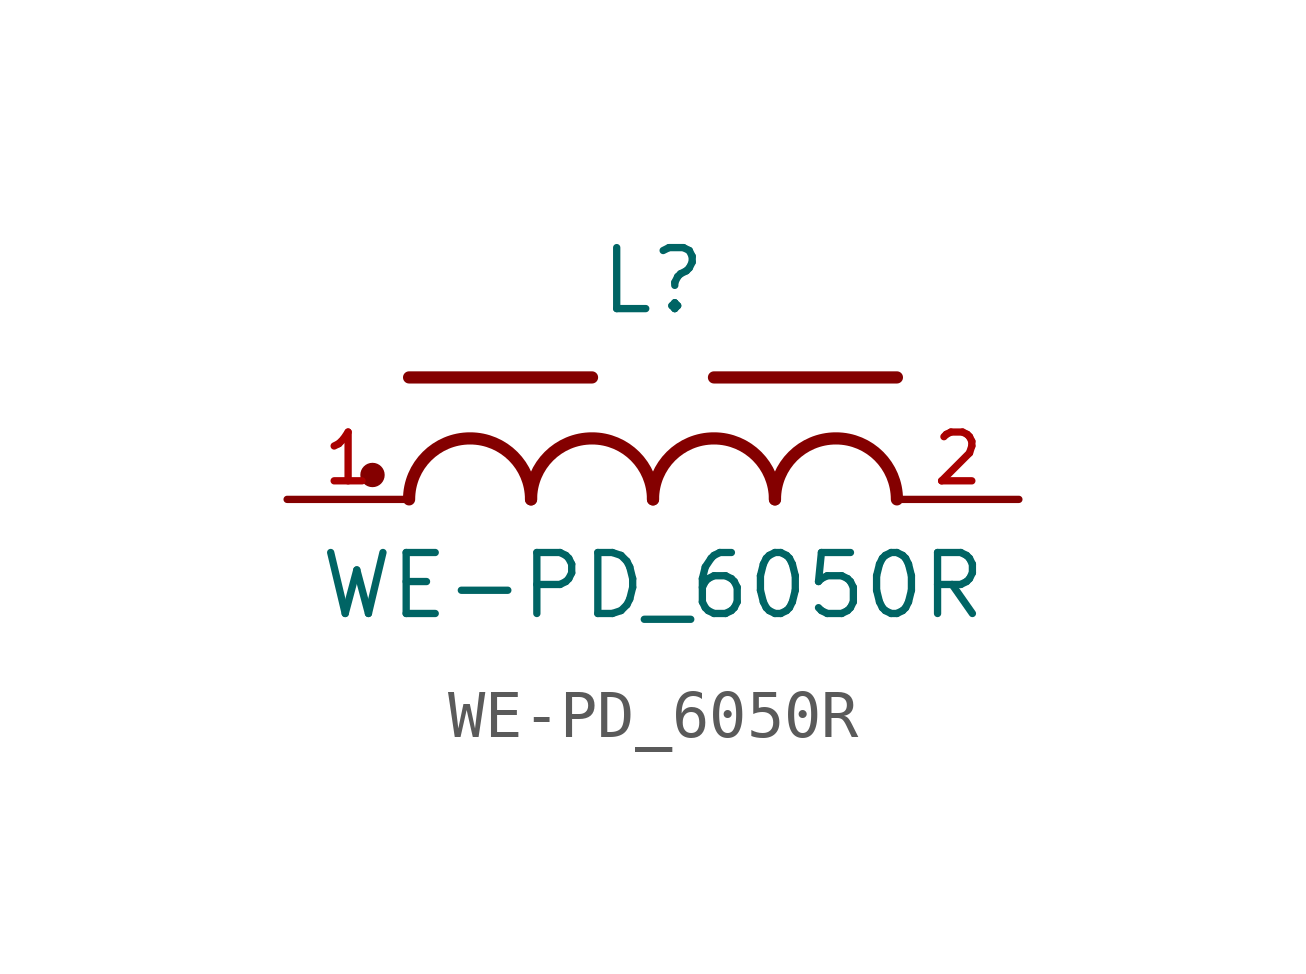
<source format=kicad_sym>
(kicad_symbol_lib
  (version 20211014)
  (generator kicad_symbol_editor)
  (symbol "WE-PD_6050R"
    (pin_names
      (offset 1.016))
    (property "Reference" "L"
      (at 0.0 3.81 0)
      (effects (font (size 1.27 1.27)) (justify bottom)))
    (property "Value" "WE-PD_6050R"
      (at 0.0 -2.54 0)
      (effects (font (size 1.27 1.27)) (justify bottom)))
    (symbol "WE-PD_6050R_0_0"
      (arc (start -2.54 0.0) (mid -3.81 1.27) (end -5.08 0.0) (stroke (width 0.254) (type default) (color 0 0 0 0)) (fill (type none)))
      (arc (start 0.0 0.0) (mid -1.27 1.27) (end -2.54 0.0) (stroke (width 0.254) (type default) (color 0 0 0 0)) (fill (type none)))
      (arc (start 2.54 0.0) (mid 1.27 1.27) (end 0.0 0.0) (stroke (width 0.254) (type default) (color 0 0 0 0)) (fill (type none)))
      (arc (start 5.08 0.0) (mid 3.81 1.27) (end 2.54 0.0) (stroke (width 0.254) (type default) (color 0 0 0 0)) (fill (type none)))
      (polyline (pts (xy -1.27 2.54) (xy -5.08 2.54)) (stroke (width 0.254)))
      (polyline (pts (xy 5.08 2.54) (xy 1.27 2.54)) (stroke (width 0.254)))
      (circle (center -5.842 0.508) (radius 0.127) (stroke (width 0.254)) (fill (type none)))
      (pin passive line (at -7.62 0.0 0) (length 2.54) (name "~" (effects (font (size 1.016 1.016)))) (number "1" (effects (font (size 1.016 1.016)))))
      (pin passive line (at 7.62 0.0 180.0) (length 2.54) (name "~" (effects (font (size 1.016 1.016)))) (number "2" (effects (font (size 1.016 1.016))))))))
</source>
